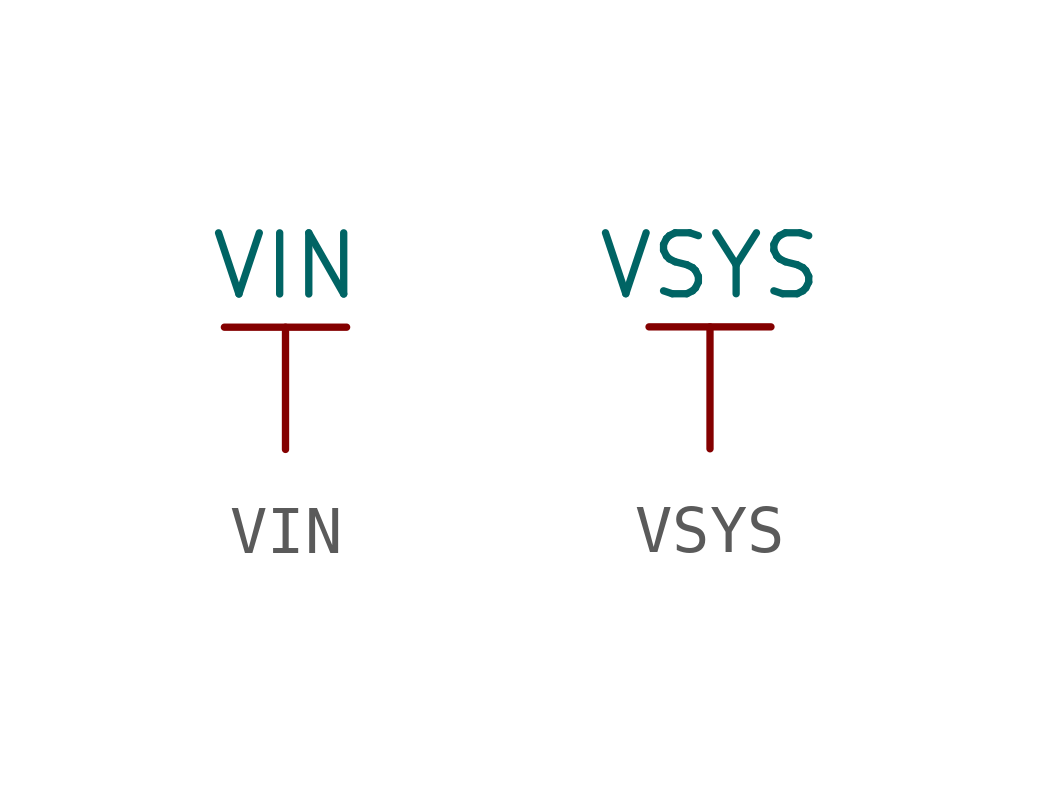
<source format=kicad_sym>
(kicad_symbol_lib
  (version 20211014)
  (generator kicad_symbol_editor)
  (symbol "VIN"
    (power)
    (property "Reference" "#PWR"
      (at 0 -1.27 0)
      (effects (font (size 1.27 1.27)) hide))
    (property "Value" "VIN"
      (at 0 3.81 0)
      (effects (font (size 1.27 1.27))))
    (symbol "VIN_0_1"
      (polyline (pts (xy -1.27 2.54) (xy 1.27 2.54)) (stroke (width 0) (type default) (color 0 0 0 0)) (fill (type none)))
      (polyline (pts (xy 0 0) (xy 0 2.54)) (stroke (width 0) (type default) (color 0 0 0 0)) (fill (type none))))
    (symbol "VIN_1_1"
      (pin power_in line (at 0 0 90) (length 0) hide (name "VIN" (effects (font (size 1.27 1.27)))) (number "1" (effects (font (size 1.27 1.27)))))))
  (symbol "VSYS"
    (power)
    (property "Reference" "#PWR"
      (at 0 -1.27 0)
      (effects (font (size 1.27 1.27)) hide))
    (property "Value" "VSYS"
      (at 0 3.81 0)
      (effects (font (size 1.27 1.27))))
    (symbol "VSYS_0_1"
      (polyline (pts (xy -1.27 2.54) (xy 1.27 2.54)) (stroke (width 0) (type default) (color 0 0 0 0)) (fill (type none)))
      (polyline (pts (xy 0 0) (xy 0 2.54)) (stroke (width 0) (type default) (color 0 0 0 0)) (fill (type none))))
    (symbol "VSYS_1_1"
      (pin power_in line (at 0 0 90) (length 0) hide (name "VSYS" (effects (font (size 1.27 1.27)))) (number "1" (effects (font (size 1.27 1.27))))))))
</source>
